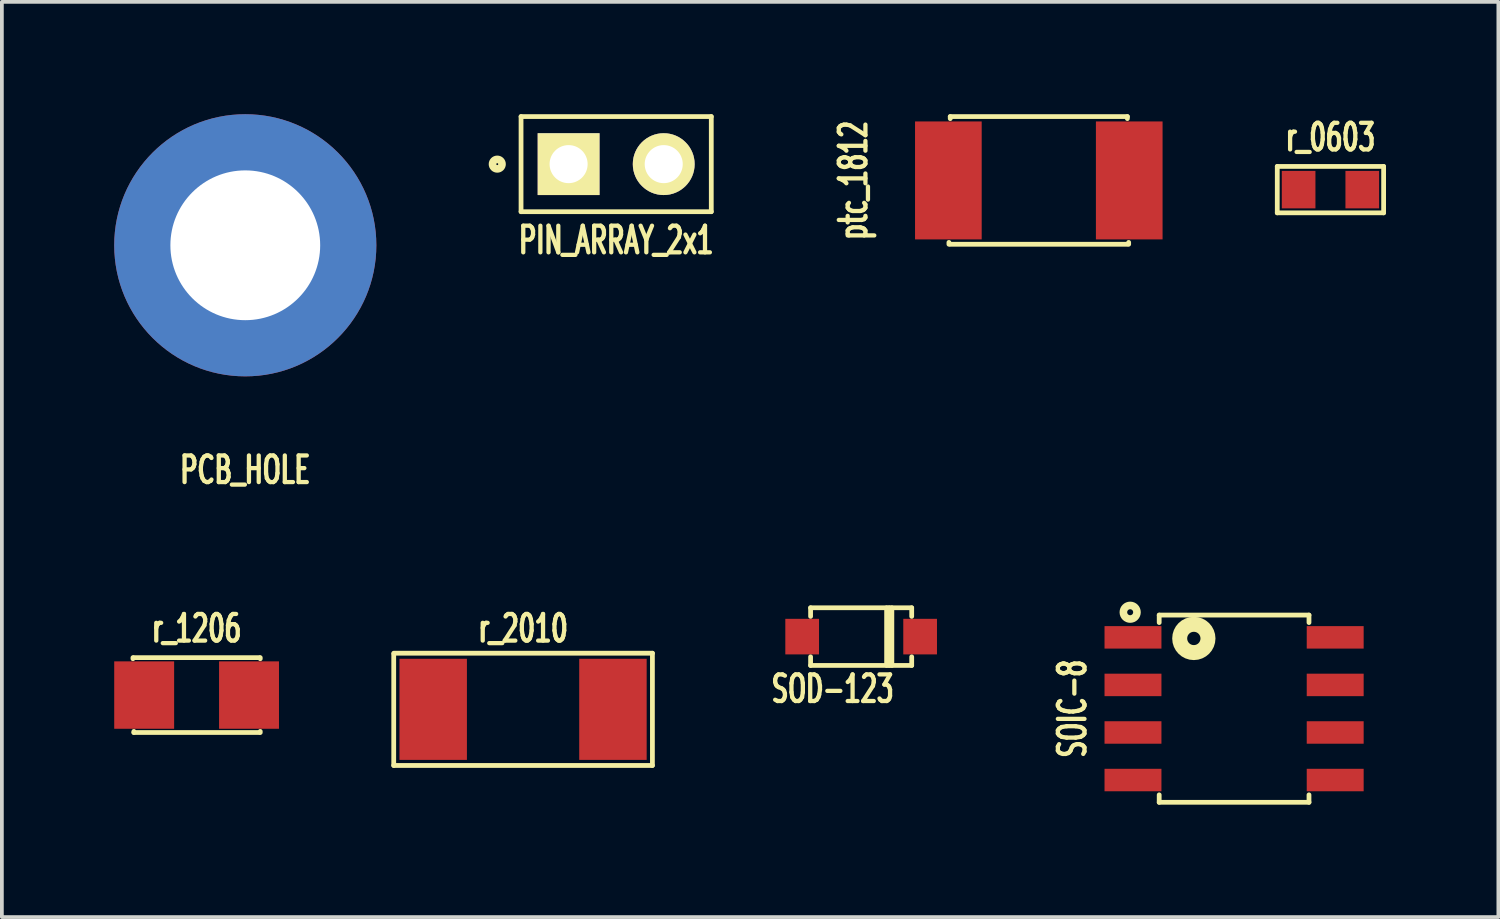
<source format=kicad_pcb>
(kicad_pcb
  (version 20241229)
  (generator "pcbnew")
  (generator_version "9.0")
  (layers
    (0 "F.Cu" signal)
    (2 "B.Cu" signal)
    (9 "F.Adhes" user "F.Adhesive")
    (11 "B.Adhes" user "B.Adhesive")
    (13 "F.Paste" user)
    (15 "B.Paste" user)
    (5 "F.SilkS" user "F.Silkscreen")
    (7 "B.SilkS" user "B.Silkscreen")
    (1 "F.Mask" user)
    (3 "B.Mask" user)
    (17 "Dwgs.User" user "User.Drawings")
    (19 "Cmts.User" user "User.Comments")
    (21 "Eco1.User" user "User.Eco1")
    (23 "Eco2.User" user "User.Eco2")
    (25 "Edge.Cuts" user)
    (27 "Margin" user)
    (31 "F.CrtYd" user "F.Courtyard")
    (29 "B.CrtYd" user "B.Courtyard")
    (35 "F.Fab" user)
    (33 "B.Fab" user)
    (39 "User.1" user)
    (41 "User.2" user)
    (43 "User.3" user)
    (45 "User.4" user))
  (footprint "SOIC-8"
    (layer "F.Cu")
    (at 29.905 15.875)
    (property "Reference" "SOIC-8" (at -4.318 0 270) (layer "F.SilkS") (effects (font (size 0.711 0.457) (thickness 0.114))))
    (attr through_hole)
    (fp_line (start -2 -2.5) (end -2 -2.3) (stroke (width 0.127) (type solid)) (layer "F.SilkS"))
    (fp_line (start -2 2.5) (end -2 2.3) (stroke (width 0.127) (type solid)) (layer "F.SilkS"))
    (fp_line (start -2 2.5) (end 2 2.5) (stroke (width 0.127) (type solid)) (layer "F.SilkS"))
    (fp_line (start 2 -2.5) (end -2 -2.5) (stroke (width 0.127) (type solid)) (layer "F.SilkS"))
    (fp_line (start 2 -2.5) (end 2 -2.3) (stroke (width 0.127) (type solid)) (layer "F.SilkS"))
    (fp_line (start 2 2.5) (end 2 2.3) (stroke (width 0.127) (type solid)) (layer "F.SilkS"))
    (fp_circle (center -2.775 -2.576) (end -2.8 -2.5) (stroke (width 0.203) (type solid)) (fill no) (layer "F.SilkS"))
    (fp_circle (center -1.075 -1.876) (end -1.1 -1.7) (stroke (width 0.4) (type solid)) (fill no) (layer "F.SilkS"))
    (pad "1" smd rect (at -2.7 -1.905 270) (size 0.6 1.52) (layers "F.Cu" "F.Mask" "F.Paste"))
    (pad "2" smd rect (at -2.7 -0.635 270) (size 0.6 1.52) (layers "F.Cu" "F.Mask" "F.Paste"))
    (pad "3" smd rect (at -2.7 0.635 270) (size 0.6 1.52) (layers "F.Cu" "F.Mask" "F.Paste"))
    (pad "4" smd rect (at -2.7 1.905 270) (size 0.6 1.52) (layers "F.Cu" "F.Mask" "F.Paste"))
    (pad "5" smd rect (at 2.7 1.905 270) (size 0.6 1.52) (layers "F.Cu" "F.Mask" "F.Paste"))
    (pad "6" smd rect (at 2.7 0.635 270) (size 0.6 1.52) (layers "F.Cu" "F.Mask" "F.Paste"))
    (pad "7" smd rect (at 2.7 -0.635 270) (size 0.6 1.52) (layers "F.Cu" "F.Mask" "F.Paste"))
    (pad "8" smd rect (at 2.7 -1.905 270) (size 0.6 1.52) (layers "F.Cu" "F.Mask" "F.Paste")))
  (footprint "r_2010"
    (layer "F.Cu")
    (at 10.918 15.892)
    (property "Reference" "r_2010" (at 0 -2.159 0) (layer "F.SilkS") (effects (font (size 0.711 0.457) (thickness 0.114))))
    (attr smd)
    (fp_line (start -3.454 -1.499) (end 3.454 -1.499) (stroke (width 0.127) (type solid)) (layer "F.SilkS"))
    (fp_line (start -3.454 -1.473) (end -3.454 1.499) (stroke (width 0.127) (type solid)) (layer "F.SilkS"))
    (fp_line (start -3.454 1.499) (end 3.454 1.499) (stroke (width 0.127) (type solid)) (layer "F.SilkS"))
    (fp_line (start 3.454 -1.499) (end 3.454 1.499) (stroke (width 0.127) (type solid)) (layer "F.SilkS"))
    (pad "1" smd rect (at -2.4 0) (size 1.801 2.7) (layers "F.Cu" "F.Mask" "F.Paste"))
    (pad "2" smd rect (at 2.4 0) (size 1.801 2.7) (layers "F.Cu" "F.Mask" "F.Paste")))
  (footprint "ptc_1812"
    (layer "F.Cu")
    (at 24.69 1.768)
    (property "Reference" "ptc_1812" (at -4.953 0 90) (layer "F.SilkS") (effects (font (size 0.711 0.457) (thickness 0.114))))
    (attr through_hole)
    (fp_line (start -2.4 1.655) (end -2.4 1.705) (stroke (width 0.127) (type solid)) (layer "F.SilkS"))
    (fp_line (start -2.365 -1.705) (end -2.365 -1.65) (stroke (width 0.127) (type solid)) (layer "F.SilkS"))
    (fp_line (start -2.365 1.705) (end 2.365 1.705) (stroke (width 0.127) (type solid)) (layer "F.SilkS"))
    (fp_line (start 2.365 -1.705) (end -2.365 -1.705) (stroke (width 0.127) (type solid)) (layer "F.SilkS"))
    (fp_line (start 2.365 -1.65) (end 2.365 -1.705) (stroke (width 0.127) (type solid)) (layer "F.SilkS"))
    (fp_line (start 2.4 1.655) (end 2.4 1.705) (stroke (width 0.127) (type solid)) (layer "F.SilkS"))
    (pad "1" smd rect (at 2.415 0) (size 1.78 3.15) (layers "F.Cu" "F.Mask" "F.Paste"))
    (pad "2" smd rect (at -2.415 0) (size 1.78 3.15) (layers "F.Cu" "F.Mask" "F.Paste")))
  (footprint "r_0603"
    (layer "F.Cu")
    (at 32.478 2.014)
    (property "Reference" "r_0603" (at 0 -1.397 0) (layer "F.SilkS") (effects (font (size 0.711 0.457) (thickness 0.114))))
    (attr through_hole)
    (fp_line (start -1.42 -0.62) (end -1.42 0.62) (stroke (width 0.127) (type solid)) (layer "F.SilkS"))
    (fp_line (start -1.42 0.62) (end 1.42 0.62) (stroke (width 0.127) (type solid)) (layer "F.SilkS"))
    (fp_line (start 1.42 -0.62) (end -1.42 -0.62) (stroke (width 0.127) (type solid)) (layer "F.SilkS"))
    (fp_line (start 1.42 0.62) (end 1.42 -0.62) (stroke (width 0.127) (type solid)) (layer "F.SilkS"))
    (pad "1" smd rect (at -0.85 0) (size 0.899 1.001) (layers "F.Cu" "F.Mask" "F.Paste"))
    (pad "2" smd rect (at 0.85 0) (size 0.899 1.001) (layers "F.Cu" "F.Mask" "F.Paste")))
  (footprint "PIN_ARRAY_2x1"
    (layer "F.Cu")
    (at 13.404 1.333)
    (property "Reference" "PIN_ARRAY_2x1" (at 0 2.032 0) (layer "F.SilkS") (effects (font (size 0.711 0.457) (thickness 0.114))))
    (attr through_hole)
    (fp_line (start -2.54 -1.27) (end 2.54 -1.27) (stroke (width 0.127) (type solid)) (layer "F.SilkS"))
    (fp_line (start -2.54 1.27) (end -2.54 -1.27) (stroke (width 0.127) (type solid)) (layer "F.SilkS"))
    (fp_line (start 2.54 -1.27) (end 2.54 1.27) (stroke (width 0.127) (type solid)) (layer "F.SilkS"))
    (fp_line (start 2.54 1.27) (end -2.54 1.27) (stroke (width 0.127) (type solid)) (layer "F.SilkS"))
    (fp_circle (center -3.175 0) (end -3.175 -0.127) (stroke (width 0.203) (type solid)) (fill no) (layer "F.SilkS"))
    (pad "1" thru_hole rect (at -1.27 0) (size 1.651 1.651) (drill 1.016) (layers "*.Cu" "*.Mask" "F.SilkS"))
    (pad "2" thru_hole circle (at 1.27 0) (size 1.651 1.651) (drill 1.016) (layers "*.Cu" "*.Mask" "F.SilkS")))
  (footprint "PCB_HOLE"
    (layer "F.Cu")
    (at 3.5 3.5)
    (property "Reference" "PCB_HOLE" (at 0 6 0) (layer "F.SilkS") (effects (font (size 0.711 0.457) (thickness 0.114))))
    (attr through_hole)
    (pad "1" thru_hole circle (at 0 0) (size 7 7) (drill 4) (layers "*.Cu" "*.Mask")))
  (footprint "r_1206"
    (layer "F.Cu")
    (at 2.2 15.511)
    (property "Reference" "r_1206" (at 0 -1.778 0) (layer "F.SilkS") (effects (font (size 0.711 0.457) (thickness 0.114))))
    (attr smd)
    (fp_line (start -1.7 -1) (end -1.7 -0.97) (stroke (width 0.127) (type solid)) (layer "F.SilkS"))
    (fp_line (start -1.675 1) (end -1.675 0.97) (stroke (width 0.127) (type solid)) (layer "F.SilkS"))
    (fp_line (start 1.675 -1) (end -1.675 -1) (stroke (width 0.127) (type solid)) (layer "F.SilkS"))
    (fp_line (start 1.675 1) (end -1.675 1) (stroke (width 0.127) (type solid)) (layer "F.SilkS"))
    (fp_line (start 1.7 -1) (end 1.7 -0.97) (stroke (width 0.127) (type solid)) (layer "F.SilkS"))
    (fp_line (start 1.7 1) (end 1.7 0.97) (stroke (width 0.127) (type solid)) (layer "F.SilkS"))
    (pad "1" smd rect (at -1.4 0) (size 1.6 1.8) (layers "F.Cu" "F.Mask" "F.Paste"))
    (pad "2" smd rect (at 1.4 0) (size 1.6 1.8) (layers "F.Cu" "F.Mask" "F.Paste")))
  (footprint "SOD-123"
    (layer "F.Cu")
    (at 19.946 13.95)
    (property "Reference" "SOD-123" (at -0.762 1.397 0) (layer "F.SilkS") (effects (font (size 0.711 0.457) (thickness 0.114))))
    (attr through_hole)
    (fp_line (start -1.35 -0.77) (end -1.35 -0.54) (stroke (width 0.127) (type solid)) (layer "F.SilkS"))
    (fp_line (start -1.35 -0.77) (end 1.35 -0.77) (stroke (width 0.127) (type solid)) (layer "F.SilkS"))
    (fp_line (start -1.35 0.77) (end -1.35 0.54) (stroke (width 0.127) (type solid)) (layer "F.SilkS"))
    (fp_line (start -1.35 0.77) (end 1.35 0.77) (stroke (width 0.127) (type solid)) (layer "F.SilkS"))
    (fp_line (start 0.68 0.77) (end 0.68 -0.77) (stroke (width 0.127) (type solid)) (layer "F.SilkS"))
    (fp_line (start 0.75 -0.77) (end 0.75 0.77) (stroke (width 0.127) (type solid)) (layer "F.SilkS"))
    (fp_line (start 0.82 -0.77) (end 0.82 0.77) (stroke (width 0.127) (type solid)) (layer "F.SilkS"))
    (fp_line (start 1.35 -0.77) (end 1.35 -0.54) (stroke (width 0.127) (type solid)) (layer "F.SilkS"))
    (fp_line (start 1.35 0.77) (end 1.35 0.54) (stroke (width 0.127) (type solid)) (layer "F.SilkS"))
    (pad "1" smd rect (at -1.575 0) (size 0.9 0.95) (layers "F.Cu" "F.Mask" "F.Paste"))
    (pad "2" smd rect (at 1.575 0) (size 0.9 0.95) (layers "F.Cu" "F.Mask" "F.Paste")))
  (gr_rect
    (start -3 -3)
    (end 36.962 21.439)
    (stroke (width 0.1) (type default))
    (fill no)
    (layer "Edge.Cuts")))
</source>
